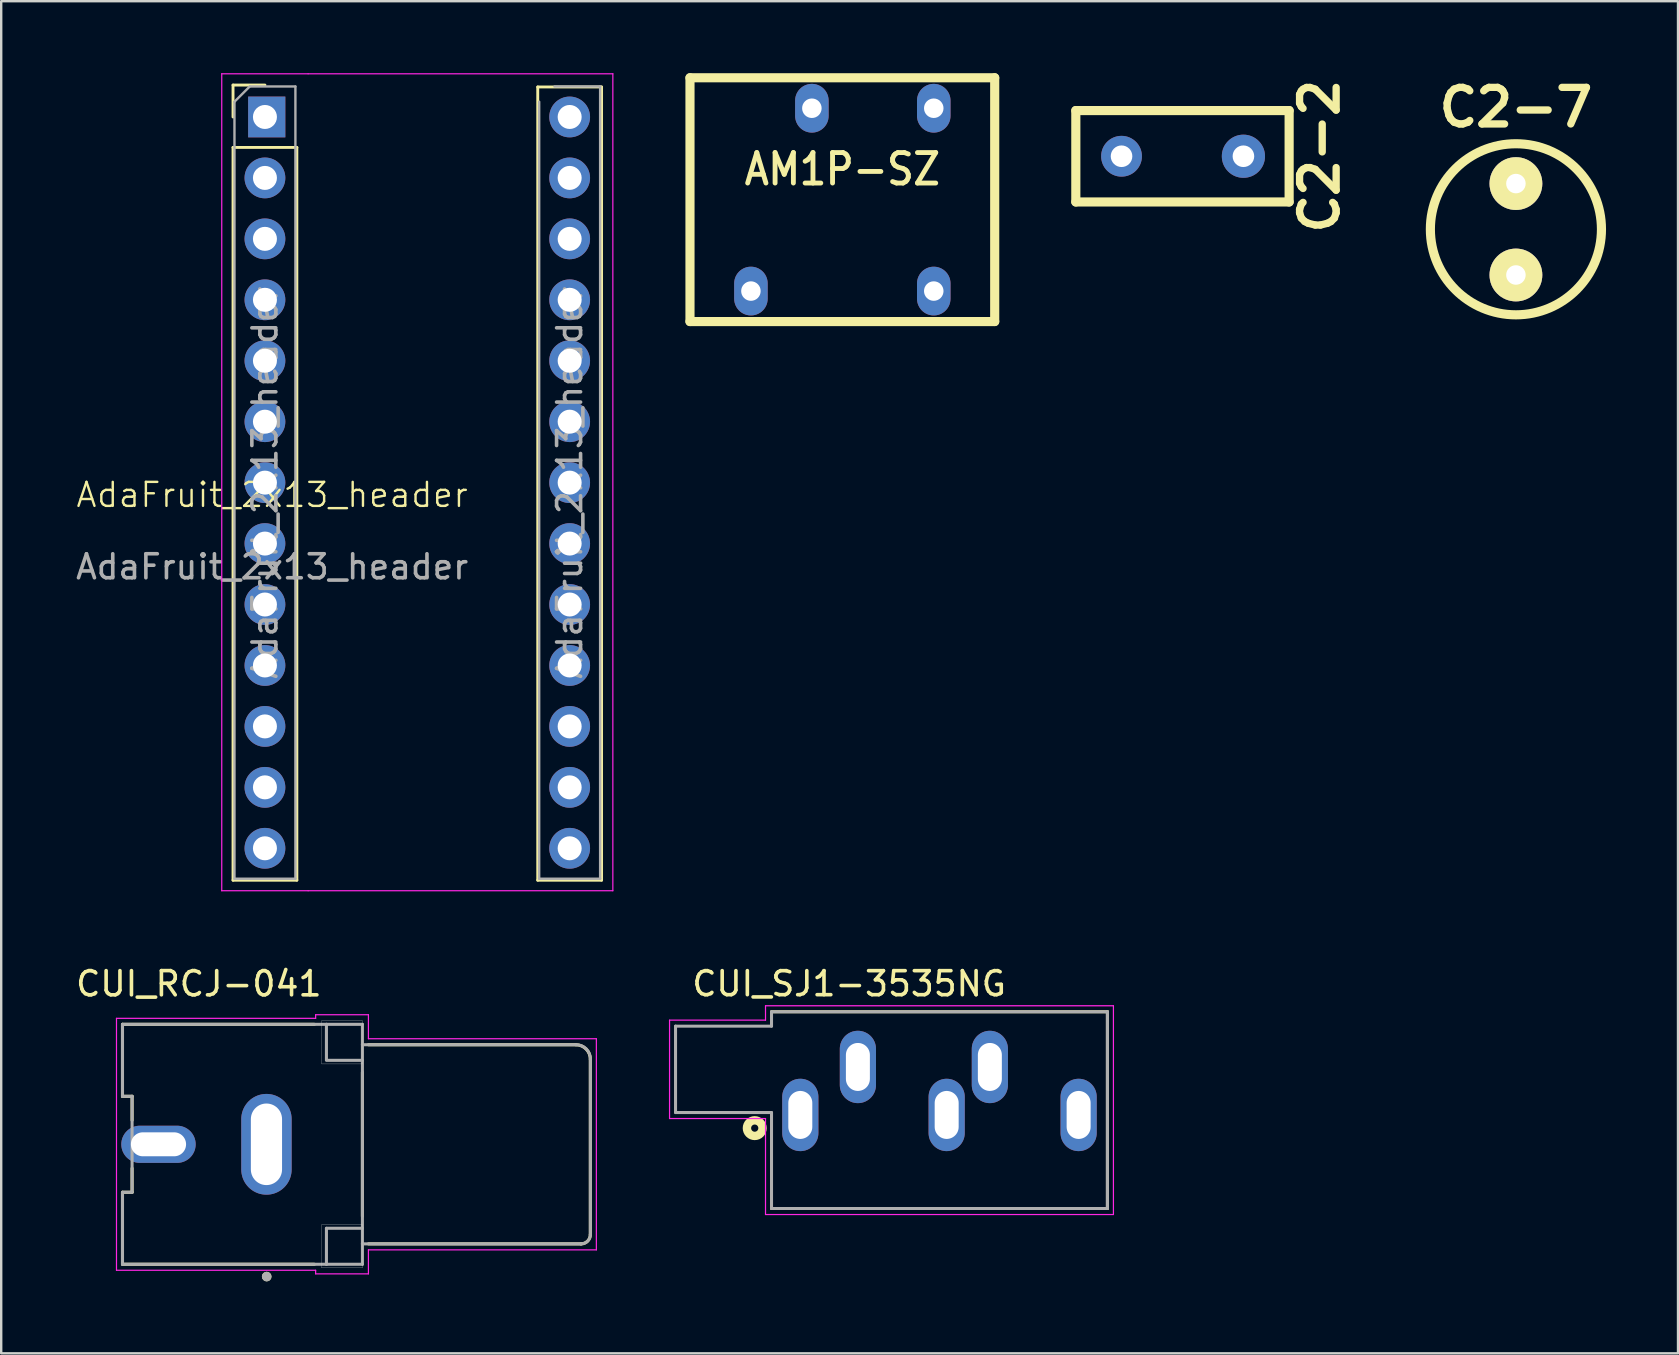
<source format=kicad_pcb>
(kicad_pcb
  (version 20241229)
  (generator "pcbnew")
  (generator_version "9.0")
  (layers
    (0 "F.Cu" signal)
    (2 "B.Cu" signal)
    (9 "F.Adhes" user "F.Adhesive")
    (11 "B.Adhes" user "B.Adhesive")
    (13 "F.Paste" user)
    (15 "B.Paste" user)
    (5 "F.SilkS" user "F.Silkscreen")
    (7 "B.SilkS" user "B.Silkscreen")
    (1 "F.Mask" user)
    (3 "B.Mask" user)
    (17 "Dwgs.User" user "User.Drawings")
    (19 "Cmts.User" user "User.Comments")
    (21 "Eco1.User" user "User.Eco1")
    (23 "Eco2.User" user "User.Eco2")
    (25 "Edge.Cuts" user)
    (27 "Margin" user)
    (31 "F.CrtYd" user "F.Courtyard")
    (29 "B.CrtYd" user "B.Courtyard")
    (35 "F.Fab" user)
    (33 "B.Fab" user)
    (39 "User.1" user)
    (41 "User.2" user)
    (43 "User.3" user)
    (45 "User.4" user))
  (footprint "CUI_RCJ-041"
    (layer "F.Cu")
    (at 12.055 44.642)
    (property "Reference" "CUI_RCJ-041" (at -6.818 -6.689 0) (layer "F.SilkS") (effects (font (size 1.008 1.008) (thickness 0.15))))
    (attr through_hole)
    (fp_line (start -10 -5) (end -2 -5) (stroke (width 0.127) (type solid)) (layer "F.SilkS"))
    (fp_line (start -10 -2) (end -10 -5) (stroke (width 0.127) (type solid)) (layer "F.SilkS"))
    (fp_line (start -10 2) (end -9.6 2) (stroke (width 0.127) (type solid)) (layer "F.SilkS"))
    (fp_line (start -10 5) (end -10 2) (stroke (width 0.127) (type solid)) (layer "F.SilkS"))
    (fp_line (start -10 5) (end -2 5) (stroke (width 0.127) (type solid)) (layer "F.SilkS"))
    (fp_line (start -9.6 -2) (end -10 -2) (stroke (width 0.127) (type solid)) (layer "F.SilkS"))
    (fp_line (start -9.6 -1) (end -9.6 -2) (stroke (width 0.127) (type solid)) (layer "F.SilkS"))
    (fp_line (start -9.6 2) (end -9.6 1) (stroke (width 0.127) (type solid)) (layer "F.SilkS"))
    (fp_line (start 0 3) (end 0 -3) (stroke (width 0.127) (type solid)) (layer "F.SilkS"))
    (fp_line (start 0.25 -4.15) (end 8.89 -4.15) (stroke (width 0.127) (type solid)) (layer "F.SilkS"))
    (fp_line (start 9.11 4.15) (end 0.25 4.15) (stroke (width 0.127) (type solid)) (layer "F.SilkS"))
    (fp_line (start 9.5 -3.54) (end 9.5 3.76) (stroke (width 0.127) (type solid)) (layer "F.SilkS"))
    (fp_arc (start 8.89 -4.15) (mid 9.321335 -3.971335) (end 9.5 -3.54) (stroke (width 0.127) (type solid)) (layer "F.SilkS"))
    (fp_arc (start 9.5 3.76) (mid 9.385772 4.035772) (end 9.11 4.15) (stroke (width 0.127) (type solid)) (layer "F.SilkS"))
    (fp_circle (center -3.99 5.513) (end -3.89 5.513) (stroke (width 0.2) (type solid)) (fill no) (layer "F.SilkS"))
    (fp_line (start -1.7 -5.15) (end -1.7 -3.35) (stroke (width 0.01) (type solid)) (layer "Edge.Cuts"))
    (fp_line (start -1.7 -3.35) (end 0 -3.35) (stroke (width 0.01) (type solid)) (layer "Edge.Cuts"))
    (fp_line (start -1.7 3.35) (end -1.7 5.15) (stroke (width 0.01) (type solid)) (layer "Edge.Cuts"))
    (fp_line (start -1.7 5.15) (end 0 5.15) (stroke (width 0.01) (type solid)) (layer "Edge.Cuts"))
    (fp_line (start 0 -5.15) (end -1.7 -5.15) (stroke (width 0.01) (type solid)) (layer "Edge.Cuts"))
    (fp_line (start 0 -3.35) (end 0 -5.15) (stroke (width 0.01) (type solid)) (layer "Edge.Cuts"))
    (fp_line (start 0 3.35) (end -1.7 3.35) (stroke (width 0.01) (type solid)) (layer "Edge.Cuts"))
    (fp_line (start 0 5.15) (end 0 3.35) (stroke (width 0.01) (type solid)) (layer "Edge.Cuts"))
    (fp_line (start -10.25 -5.25) (end -10.25 5.25) (stroke (width 0.05) (type solid)) (layer "F.CrtYd"))
    (fp_line (start -10.25 5.25) (end -1.95 5.25) (stroke (width 0.05) (type solid)) (layer "F.CrtYd"))
    (fp_line (start -1.95 -5.4) (end -1.95 -5.25) (stroke (width 0.05) (type solid)) (layer "F.CrtYd"))
    (fp_line (start -1.95 -5.25) (end -10.25 -5.25) (stroke (width 0.05) (type solid)) (layer "F.CrtYd"))
    (fp_line (start -1.95 5.25) (end -1.95 5.4) (stroke (width 0.05) (type solid)) (layer "F.CrtYd"))
    (fp_line (start -1.95 5.4) (end 0.25 5.4) (stroke (width 0.05) (type solid)) (layer "F.CrtYd"))
    (fp_line (start 0.25 -5.4) (end -1.95 -5.4) (stroke (width 0.05) (type solid)) (layer "F.CrtYd"))
    (fp_line (start 0.25 -4.4) (end 0.25 -5.4) (stroke (width 0.05) (type solid)) (layer "F.CrtYd"))
    (fp_line (start 0.25 4.4) (end 9.75 4.4) (stroke (width 0.05) (type solid)) (layer "F.CrtYd"))
    (fp_line (start 0.25 5.4) (end 0.25 4.4) (stroke (width 0.05) (type solid)) (layer "F.CrtYd"))
    (fp_line (start 9.75 -4.4) (end 0.25 -4.4) (stroke (width 0.05) (type solid)) (layer "F.CrtYd"))
    (fp_line (start 9.75 4.4) (end 9.75 -4.4) (stroke (width 0.05) (type solid)) (layer "F.CrtYd"))
    (fp_line (start -10 -5) (end -1.5 -5) (stroke (width 0.127) (type solid)) (layer "F.Fab"))
    (fp_line (start -10 -2) (end -10 -5) (stroke (width 0.127) (type solid)) (layer "F.Fab"))
    (fp_line (start -10 2) (end -9.6 2) (stroke (width 0.127) (type solid)) (layer "F.Fab"))
    (fp_line (start -10 5) (end -10 2) (stroke (width 0.127) (type solid)) (layer "F.Fab"))
    (fp_line (start -9.6 -2) (end -10 -2) (stroke (width 0.127) (type solid)) (layer "F.Fab"))
    (fp_line (start -9.6 2) (end -9.6 -2) (stroke (width 0.127) (type solid)) (layer "F.Fab"))
    (fp_line (start -1.5 -5) (end -1.5 -3.525) (stroke (width 0.127) (type solid)) (layer "F.Fab"))
    (fp_line (start -1.5 -5) (end 0 -5) (stroke (width 0.127) (type solid)) (layer "F.Fab"))
    (fp_line (start -1.5 -3.5) (end 0 -3.5) (stroke (width 0.127) (type solid)) (layer "F.Fab"))
    (fp_line (start -1.5 3.5) (end 0 3.5) (stroke (width 0.127) (type solid)) (layer "F.Fab"))
    (fp_line (start -1.5 5) (end -10 5) (stroke (width 0.127) (type solid)) (layer "F.Fab"))
    (fp_line (start -1.5 5) (end -1.5 3.5) (stroke (width 0.127) (type solid)) (layer "F.Fab"))
    (fp_line (start 0 -5) (end 0 -4.15) (stroke (width 0.127) (type solid)) (layer "F.Fab"))
    (fp_line (start 0 -4.15) (end 0 -3.5) (stroke (width 0.127) (type solid)) (layer "F.Fab"))
    (fp_line (start 0 -4.15) (end 8.91 -4.15) (stroke (width 0.127) (type solid)) (layer "F.Fab"))
    (fp_line (start 0 -3.5) (end 0 3.5) (stroke (width 0.127) (type solid)) (layer "F.Fab"))
    (fp_line (start 0 3.5) (end 0 4.15) (stroke (width 0.127) (type solid)) (layer "F.Fab"))
    (fp_line (start 0 4.15) (end 0 5) (stroke (width 0.127) (type solid)) (layer "F.Fab"))
    (fp_line (start 0 5) (end -1.5 5) (stroke (width 0.127) (type solid)) (layer "F.Fab"))
    (fp_line (start 9.11 4.15) (end 0 4.15) (stroke (width 0.127) (type solid)) (layer "F.Fab"))
    (fp_line (start 9.5 -3.56) (end 9.5 3.76) (stroke (width 0.127) (type solid)) (layer "F.Fab"))
    (fp_arc (start 8.91 -4.15) (mid 9.327193 -3.977193) (end 9.5 -3.56) (stroke (width 0.127) (type solid)) (layer "F.Fab"))
    (fp_arc (start 9.5 3.76) (mid 9.385772 4.035772) (end 9.11 4.15) (stroke (width 0.127) (type solid)) (layer "F.Fab"))
    (fp_circle (center -3.99 5.513) (end -3.89 5.513) (stroke (width 0.2) (type solid)) (fill no) (layer "F.Fab"))
    (pad "1" thru_hole oval (at -4 0) (size 2.1 4.2) (drill oval 1.3 3.4) (layers "*.Cu" "*.Mask"))
    (pad "2" thru_hole oval (at -8.5 0) (size 3.1 1.55) (drill oval 2.3 1) (layers "*.Cu" "*.Mask")))
  (footprint "AM1P-SZ"
    (layer "F.Cu")
    (at 32.057 5.271)
    (property "Reference" "AM1P-SZ" (at 0 -1.27 180) (layer "F.SilkS") (effects (font (size 1.27 1.143) (thickness 0.203))))
    (attr through_hole)
    (fp_line (start -6.35 -5.08) (end 6.35 -5.08) (stroke (width 0.381) (type solid)) (layer "F.SilkS"))
    (fp_line (start -6.35 5.08) (end -6.35 -5.08) (stroke (width 0.381) (type solid)) (layer "F.SilkS"))
    (fp_line (start 6.35 -5.08) (end 6.35 5.08) (stroke (width 0.381) (type solid)) (layer "F.SilkS"))
    (fp_line (start 6.35 5.08) (end -6.35 5.08) (stroke (width 0.381) (type solid)) (layer "F.SilkS"))
    (pad "1" thru_hole oval (at -3.81 3.81) (size 1.397 2.032) (drill 0.813) (layers "*.Cu" "*.Mask"))
    (pad "4" thru_hole oval (at 3.81 3.81) (size 1.397 2.032) (drill 0.813) (layers "*.Cu" "*.Mask"))
    (pad "5" thru_hole oval (at 3.81 -3.81) (size 1.397 2.032) (drill 0.813) (layers "*.Cu" "*.Mask"))
    (pad "7" thru_hole oval (at -1.27 -3.81) (size 1.397 2.032) (drill 0.813) (layers "*.Cu" "*.Mask")))
  (footprint "C2-7"
    (layer "F.Cu")
    (at 60.13 6.506)
    (property "Reference" "C2-7" (at 0 -5.08 0) (layer "F.SilkS") (effects (font (size 1.524 1.524) (thickness 0.305))))
    (attr through_hole)
    (fp_circle (center 0 0) (end 3.556 -0.254) (stroke (width 0.381) (type solid)) (fill no) (layer "F.SilkS"))
    (pad "1" thru_hole circle (at 0 1.905) (size 2.2 2.2) (drill 0.813) (layers "*.Cu" "*.Mask" "F.SilkS"))
    (pad "2" thru_hole circle (at 0 -1.905) (size 2.2 2.2) (drill 0.813) (layers "*.Cu" "*.Mask" "F.SilkS")))
  (footprint "C2-2"
    (layer "F.Cu")
    (at 46.233 3.462)
    (property "Reference" "C2-2" (at 5.715 0 90) (layer "F.SilkS") (effects (font (size 1.524 1.524) (thickness 0.305))))
    (attr through_hole)
    (fp_line (start -4.445 -1.905) (end 4.445 -1.905) (stroke (width 0.381) (type solid)) (layer "F.SilkS"))
    (fp_line (start -4.445 1.905) (end -4.445 -1.905) (stroke (width 0.381) (type solid)) (layer "F.SilkS"))
    (fp_line (start 4.445 -1.905) (end 4.445 1.905) (stroke (width 0.381) (type solid)) (layer "F.SilkS"))
    (fp_line (start 4.445 1.905) (end -4.445 1.905) (stroke (width 0.381) (type solid)) (layer "F.SilkS"))
    (pad "1" thru_hole circle (at -2.54 0) (size 1.7 1.7) (drill 0.9) (layers "*.Cu" "*.Mask"))
    (pad "2" thru_hole circle (at 2.54 0) (size 1.8 1.8) (drill 0.9) (layers "*.Cu" "*.Mask")))
  (footprint "CUI_SJ1-3535NG"
    (layer "F.Cu")
    (at 30.305 43.418)
    (property "Reference" "CUI_SJ1-3535NG" (at 2.035 -5.468 0) (layer "F.SilkS") (effects (font (size 1.001 1.001) (thickness 0.15))))
    (attr through_hole)
    (fp_line (start -1.2 -4.3) (end 12.8 -4.3) (stroke (width 0.127) (type solid)) (layer "F.SilkS"))
    (fp_line (start 12.8 -4.3) (end 12.8 3.9) (stroke (width 0.127) (type solid)) (layer "F.SilkS"))
    (fp_line (start 12.8 3.9) (end -1.2 3.9) (stroke (width 0.127) (type solid)) (layer "F.SilkS"))
    (fp_circle (center -1.9 0.55) (end -1.75 0.55) (stroke (width 0.35) (type solid)) (fill no) (layer "F.SilkS"))
    (fp_line (start -5.45 -3.95) (end -1.45 -3.95) (stroke (width 0.05) (type solid)) (layer "F.CrtYd"))
    (fp_line (start -5.45 0.15) (end -5.45 -3.95) (stroke (width 0.05) (type solid)) (layer "F.CrtYd"))
    (fp_line (start -1.45 -4.55) (end 13.05 -4.55) (stroke (width 0.05) (type solid)) (layer "F.CrtYd"))
    (fp_line (start -1.45 -3.95) (end -1.45 -4.55) (stroke (width 0.05) (type solid)) (layer "F.CrtYd"))
    (fp_line (start -1.45 0.15) (end -5.45 0.15) (stroke (width 0.05) (type solid)) (layer "F.CrtYd"))
    (fp_line (start -1.45 4.15) (end -1.45 0.15) (stroke (width 0.05) (type solid)) (layer "F.CrtYd"))
    (fp_line (start 13.05 -4.55) (end 13.05 4.15) (stroke (width 0.05) (type solid)) (layer "F.CrtYd"))
    (fp_line (start 13.05 4.15) (end -1.45 4.15) (stroke (width 0.05) (type solid)) (layer "F.CrtYd"))
    (fp_line (start -5.2 -3.7) (end -1.2 -3.7) (stroke (width 0.127) (type solid)) (layer "F.Fab"))
    (fp_line (start -5.2 -0.1) (end -5.2 -3.7) (stroke (width 0.127) (type solid)) (layer "F.Fab"))
    (fp_line (start -1.2 -4.3) (end 12.8 -4.3) (stroke (width 0.127) (type solid)) (layer "F.Fab"))
    (fp_line (start -1.2 -3.7) (end -1.2 -4.3) (stroke (width 0.127) (type solid)) (layer "F.Fab"))
    (fp_line (start -1.2 -0.1) (end -5.2 -0.1) (stroke (width 0.127) (type solid)) (layer "F.Fab"))
    (fp_line (start -1.2 3.9) (end -1.2 -0.1) (stroke (width 0.127) (type solid)) (layer "F.Fab"))
    (fp_line (start 12.8 -4.3) (end 12.8 3.9) (stroke (width 0.127) (type solid)) (layer "F.Fab"))
    (fp_line (start 12.8 3.9) (end -1.2 3.9) (stroke (width 0.127) (type solid)) (layer "F.Fab"))
    (pad "1" thru_hole oval (at 0 0) (size 1.508 3.016) (drill oval 1 2) (layers "*.Cu" "*.Mask"))
    (pad "2" thru_hole oval (at 2.4 -2) (size 1.508 3.016) (drill oval 1 2) (layers "*.Cu" "*.Mask"))
    (pad "3" thru_hole oval (at 7.9 -2) (size 1.508 3.016) (drill oval 1 2) (layers "*.Cu" "*.Mask"))
    (pad "4" thru_hole oval (at 11.6 0) (size 1.508 3.016) (drill oval 1 2) (layers "*.Cu" "*.Mask"))
    (pad "5" thru_hole oval (at 6.1 0) (size 1.508 3.016) (drill oval 1 2) (layers "*.Cu" "*.Mask")))
  (footprint "AdaFruit_2x13_header"
    (layer "F.Cu")
    (at 8.292 18.075)
    (property "Reference" "AdaFruit_2x13_header" (at 0 -0.5 0) (unlocked yes) (layer "F.SilkS") (effects (font (size 1 1) (thickness 0.1))))
    (attr through_hole)
    (fp_line (start -1.63 -17.58) (end -0.3 -17.58) (stroke (width 0.12) (type solid)) (layer "F.SilkS"))
    (fp_line (start -1.63 -16.25) (end -1.63 -17.58) (stroke (width 0.12) (type solid)) (layer "F.SilkS"))
    (fp_line (start -1.63 -14.98) (end -1.63 15.56) (stroke (width 0.12) (type solid)) (layer "F.SilkS"))
    (fp_line (start -1.63 -14.98) (end 1.03 -14.98) (stroke (width 0.12) (type solid)) (layer "F.SilkS"))
    (fp_line (start -1.63 15.56) (end 1.03 15.56) (stroke (width 0.12) (type solid)) (layer "F.SilkS"))
    (fp_line (start 1.03 -14.98) (end 1.03 15.56) (stroke (width 0.12) (type solid)) (layer "F.SilkS"))
    (fp_line (start 11.07 -17.5) (end 11.07 15.56) (stroke (width 0.12) (type solid)) (layer "F.SilkS"))
    (fp_line (start 11.07 -17.5) (end 13.73 -17.5) (stroke (width 0.12) (type solid)) (layer "F.SilkS"))
    (fp_line (start 11.07 15.56) (end 13.73 15.56) (stroke (width 0.12) (type solid)) (layer "F.SilkS"))
    (fp_line (start 13.73 -17.5) (end 13.73 15.56) (stroke (width 0.12) (type solid)) (layer "F.SilkS"))
    (fp_line (start -2.1 -18.05) (end -2.1 16) (stroke (width 0.05) (type solid)) (layer "F.CrtYd"))
    (fp_line (start -2.1 16) (end 1.5 16) (stroke (width 0.05) (type solid)) (layer "F.CrtYd"))
    (fp_line (start 1.5 -18.05) (end -2.1 -18.05) (stroke (width 0.05) (type solid)) (layer "F.CrtYd"))
    (fp_line (start 1.5 16) (end 14.2 16) (stroke (width 0.05) (type solid)) (layer "F.CrtYd"))
    (fp_line (start 14.2 -18.05) (end 1.5 -18.05) (stroke (width 0.05) (type solid)) (layer "F.CrtYd"))
    (fp_line (start 14.2 16) (end 14.2 -18.05) (stroke (width 0.05) (type solid)) (layer "F.CrtYd"))
    (fp_line (start -1.57 -16.885) (end -0.935 -17.52) (stroke (width 0.1) (type solid)) (layer "F.Fab"))
    (fp_line (start -1.57 15.5) (end -1.57 -16.885) (stroke (width 0.1) (type solid)) (layer "F.Fab"))
    (fp_line (start -0.935 -17.52) (end 0.97 -17.52) (stroke (width 0.1) (type solid)) (layer "F.Fab"))
    (fp_line (start 0.97 -17.52) (end 0.97 15.5) (stroke (width 0.1) (type solid)) (layer "F.Fab"))
    (fp_line (start 0.97 15.5) (end -1.57 15.5) (stroke (width 0.1) (type solid)) (layer "F.Fab"))
    (fp_line (start 11.13 15.5) (end 11.13 -16.885) (stroke (width 0.1) (type solid)) (layer "F.Fab"))
    (fp_line (start 11.765 -17.52) (end 13.67 -17.52) (stroke (width 0.1) (type solid)) (layer "F.Fab"))
    (fp_line (start 13.67 -17.52) (end 13.67 15.5) (stroke (width 0.1) (type solid)) (layer "F.Fab"))
    (fp_line (start 13.67 15.5) (end 11.13 15.5) (stroke (width 0.1) (type solid)) (layer "F.Fab"))
    (fp_text user "${REFERENCE}" (at -0.3 -1.01 90) (layer "F.Fab") (effects (font (size 1 1) (thickness 0.15))))
    (fp_text user "${REFERENCE}" (at 0 2.5 0) (unlocked yes) (layer "F.Fab") (effects (font (size 1 1) (thickness 0.15))))
    (fp_text user "${REFERENCE}" (at 12.4 -1.01 90) (layer "F.Fab") (effects (font (size 1 1) (thickness 0.15))))
    (pad "1" thru_hole rect (at -0.3 -16.25) (size 1.55 1.7) (drill 1 (offset 0.075 0)) (layers "*.Cu" "*.Mask"))
    (pad "2" thru_hole oval (at -0.3 -13.71) (size 1.7 1.7) (drill 1) (layers "*.Cu" "*.Mask"))
    (pad "3" thru_hole oval (at -0.3 -11.17) (size 1.7 1.7) (drill 1) (layers "*.Cu" "*.Mask"))
    (pad "4" thru_hole oval (at -0.3 -8.63) (size 1.7 1.7) (drill 1) (layers "*.Cu" "*.Mask"))
    (pad "5" thru_hole oval (at -0.3 -6.09) (size 1.7 1.7) (drill 1) (layers "*.Cu" "*.Mask"))
    (pad "6" thru_hole oval (at -0.3 -3.55) (size 1.7 1.7) (drill 1) (layers "*.Cu" "*.Mask"))
    (pad "7" thru_hole oval (at -0.3 -1.01) (size 1.7 1.7) (drill 1) (layers "*.Cu" "*.Mask"))
    (pad "8" thru_hole oval (at -0.3 1.53) (size 1.7 1.7) (drill 1) (layers "*.Cu" "*.Mask"))
    (pad "9" thru_hole oval (at -0.3 4.07) (size 1.7 1.7) (drill 1) (layers "*.Cu" "*.Mask"))
    (pad "10" thru_hole oval (at -0.3 6.61) (size 1.7 1.7) (drill 1) (layers "*.Cu" "*.Mask"))
    (pad "11" thru_hole oval (at -0.3 9.15) (size 1.7 1.7) (drill 1) (layers "*.Cu" "*.Mask"))
    (pad "12" thru_hole oval (at -0.3 11.69) (size 1.7 1.7) (drill 1) (layers "*.Cu" "*.Mask"))
    (pad "13" thru_hole oval (at -0.3 14.23) (size 1.7 1.7) (drill 1) (layers "*.Cu" "*.Mask"))
    (pad "14" thru_hole oval (at 12.4 14.23) (size 1.7 1.7) (drill 1) (layers "*.Cu" "*.Mask"))
    (pad "15" thru_hole oval (at 12.4 11.69) (size 1.7 1.7) (drill 1) (layers "*.Cu" "*.Mask"))
    (pad "16" thru_hole oval (at 12.4 9.15) (size 1.7 1.7) (drill 1) (layers "*.Cu" "*.Mask"))
    (pad "17" thru_hole oval (at 12.4 6.61) (size 1.7 1.7) (drill 1) (layers "*.Cu" "*.Mask"))
    (pad "18" thru_hole oval (at 12.4 4.07) (size 1.7 1.7) (drill 1) (layers "*.Cu" "*.Mask"))
    (pad "19" thru_hole oval (at 12.4 1.53) (size 1.7 1.7) (drill 1) (layers "*.Cu" "*.Mask"))
    (pad "20" thru_hole oval (at 12.4 -1.01) (size 1.7 1.7) (drill 1) (layers "*.Cu" "*.Mask"))
    (pad "21" thru_hole oval (at 12.4 -3.55) (size 1.7 1.7) (drill 1) (layers "*.Cu" "*.Mask"))
    (pad "22" thru_hole oval (at 12.4 -6.09) (size 1.7 1.7) (drill 1) (layers "*.Cu" "*.Mask"))
    (pad "23" thru_hole oval (at 12.4 -8.63) (size 1.7 1.7) (drill 1) (layers "*.Cu" "*.Mask"))
    (pad "24" thru_hole oval (at 12.4 -11.17) (size 1.7 1.7) (drill 1) (layers "*.Cu" "*.Mask"))
    (pad "25" thru_hole oval (at 12.4 -13.71) (size 1.7 1.7) (drill 1) (layers "*.Cu" "*.Mask"))
    (pad "26" thru_hole oval (at 12.4 -16.25) (size 1.7 1.7) (drill 1) (layers "*.Cu" "*.Mask")))
  (gr_rect
    (start -3 -3)
    (end 66.886 53.355)
    (stroke (width 0.1) (type default))
    (fill no)
    (layer "Edge.Cuts")))
</source>
